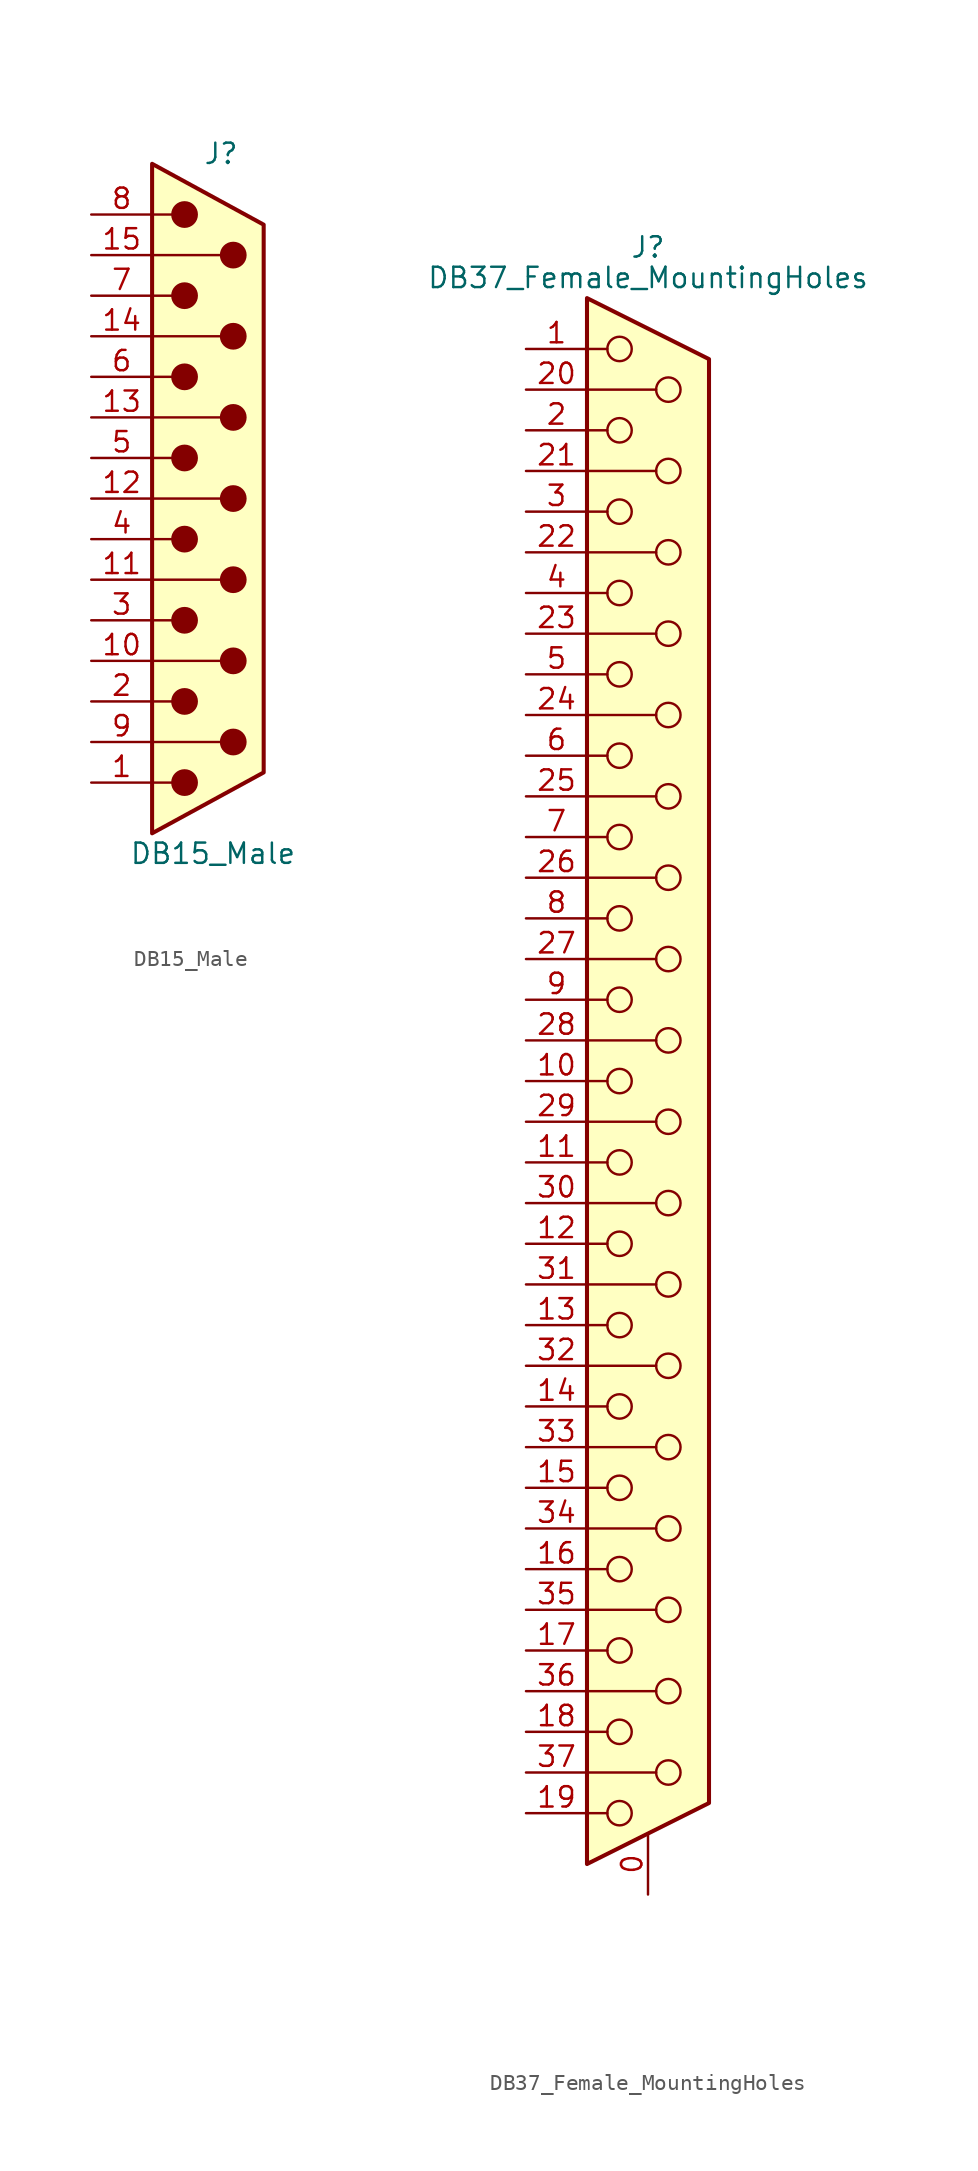
<source format=kicad_sym>
(kicad_symbol_lib
  (version 20201005)
  (generator kicad_symbol_editor)
  (symbol "DB15_Male"
    (pin_names
      (offset 1.016) hide)
    (property "Reference" "J"
      (at 0.508 21.59 0)
      (effects (font (size 1.27 1.27))))
    (property "Value" "DB15_Male"
      (at 0 -22.225 0)
      (effects (font (size 1.27 1.27))))
    (symbol "DB15_Male_0_1"
      (circle (center -1.778 -17.78) (radius 0.762) (stroke (width 0)) (fill (type outline)))
      (circle (center -1.778 -12.7) (radius 0.762) (stroke (width 0)) (fill (type outline)))
      (circle (center -1.778 -7.62) (radius 0.762) (stroke (width 0)) (fill (type outline)))
      (circle (center -1.778 -2.54) (radius 0.762) (stroke (width 0)) (fill (type outline)))
      (circle (center -1.778 2.54) (radius 0.762) (stroke (width 0)) (fill (type outline)))
      (circle (center -1.778 7.62) (radius 0.762) (stroke (width 0)) (fill (type outline)))
      (circle (center -1.778 12.7) (radius 0.762) (stroke (width 0)) (fill (type outline)))
      (circle (center -1.778 17.78) (radius 0.762) (stroke (width 0)) (fill (type outline)))
      (circle (center 1.27 -15.24) (radius 0.762) (stroke (width 0)) (fill (type outline)))
      (circle (center 1.27 -10.16) (radius 0.762) (stroke (width 0)) (fill (type outline)))
      (circle (center 1.27 -5.08) (radius 0.762) (stroke (width 0)) (fill (type outline)))
      (circle (center 1.27 0) (radius 0.762) (stroke (width 0)) (fill (type outline)))
      (circle (center 1.27 5.08) (radius 0.762) (stroke (width 0)) (fill (type outline)))
      (circle (center 1.27 10.16) (radius 0.762) (stroke (width 0)) (fill (type outline)))
      (circle (center 1.27 15.24) (radius 0.762) (stroke (width 0)) (fill (type outline)))
      (polyline (pts (xy -3.81 -17.78) (xy -2.54 -17.78)) (stroke (width 0)) (fill (type none)))
      (polyline (pts (xy -3.81 -15.24) (xy 0.508 -15.24)) (stroke (width 0)) (fill (type none)))
      (polyline (pts (xy -3.81 -12.7) (xy -2.54 -12.7)) (stroke (width 0)) (fill (type none)))
      (polyline (pts (xy -3.81 -10.16) (xy 0.508 -10.16)) (stroke (width 0)) (fill (type none)))
      (polyline (pts (xy -3.81 -7.62) (xy -2.54 -7.62)) (stroke (width 0)) (fill (type none)))
      (polyline (pts (xy -3.81 -5.08) (xy 0.508 -5.08)) (stroke (width 0)) (fill (type none)))
      (polyline (pts (xy -3.81 -2.54) (xy -2.54 -2.54)) (stroke (width 0)) (fill (type none)))
      (polyline (pts (xy -3.81 0) (xy 0.508 0)) (stroke (width 0)) (fill (type none)))
      (polyline (pts (xy -3.81 2.54) (xy -2.54 2.54)) (stroke (width 0)) (fill (type none)))
      (polyline (pts (xy -3.81 5.08) (xy 0.508 5.08)) (stroke (width 0)) (fill (type none)))
      (polyline (pts (xy -3.81 7.62) (xy -2.54 7.62)) (stroke (width 0)) (fill (type none)))
      (polyline (pts (xy -3.81 10.16) (xy 0.508 10.16)) (stroke (width 0)) (fill (type none)))
      (polyline (pts (xy -3.81 12.7) (xy -2.54 12.7)) (stroke (width 0)) (fill (type none)))
      (polyline (pts (xy -3.81 15.24) (xy 0.508 15.24)) (stroke (width 0)) (fill (type none)))
      (polyline (pts (xy -3.81 17.78) (xy -2.54 17.78)) (stroke (width 0)) (fill (type none)))
      (polyline (pts (xy -3.81 -20.955) (xy 3.175 -17.145) (xy 3.175 17.145) (xy -3.81 20.955) (xy -3.81 -20.955)) (stroke (width 0.254)) (fill (type background))))
    (symbol "DB15_Male_1_1"
      (pin passive line (at -7.62 -17.78 0) (length 3.81) (name "1" (effects (font (size 1.27 1.27)))) (number "1" (effects (font (size 1.27 1.27)))))
      (pin passive line (at -7.62 -10.16 0) (length 3.81) (name "P10" (effects (font (size 1.27 1.27)))) (number "10" (effects (font (size 1.27 1.27)))))
      (pin passive line (at -7.62 -5.08 0) (length 3.81) (name "P111" (effects (font (size 1.27 1.27)))) (number "11" (effects (font (size 1.27 1.27)))))
      (pin passive line (at -7.62 0 0) (length 3.81) (name "P12" (effects (font (size 1.27 1.27)))) (number "12" (effects (font (size 1.27 1.27)))))
      (pin passive line (at -7.62 5.08 0) (length 3.81) (name "P13" (effects (font (size 1.27 1.27)))) (number "13" (effects (font (size 1.27 1.27)))))
      (pin passive line (at -7.62 10.16 0) (length 3.81) (name "P14" (effects (font (size 1.27 1.27)))) (number "14" (effects (font (size 1.27 1.27)))))
      (pin passive line (at -7.62 15.24 0) (length 3.81) (name "P15" (effects (font (size 1.27 1.27)))) (number "15" (effects (font (size 1.27 1.27)))))
      (pin passive line (at -7.62 -12.7 0) (length 3.81) (name "2" (effects (font (size 1.27 1.27)))) (number "2" (effects (font (size 1.27 1.27)))))
      (pin passive line (at -7.62 -7.62 0) (length 3.81) (name "3" (effects (font (size 1.27 1.27)))) (number "3" (effects (font (size 1.27 1.27)))))
      (pin passive line (at -7.62 -2.54 0) (length 3.81) (name "4" (effects (font (size 1.27 1.27)))) (number "4" (effects (font (size 1.27 1.27)))))
      (pin passive line (at -7.62 2.54 0) (length 3.81) (name "5" (effects (font (size 1.27 1.27)))) (number "5" (effects (font (size 1.27 1.27)))))
      (pin passive line (at -7.62 7.62 0) (length 3.81) (name "6" (effects (font (size 1.27 1.27)))) (number "6" (effects (font (size 1.27 1.27)))))
      (pin passive line (at -7.62 12.7 0) (length 3.81) (name "7" (effects (font (size 1.27 1.27)))) (number "7" (effects (font (size 1.27 1.27)))))
      (pin passive line (at -7.62 17.78 0) (length 3.81) (name "8" (effects (font (size 1.27 1.27)))) (number "8" (effects (font (size 1.27 1.27)))))
      (pin passive line (at -7.62 -15.24 0) (length 3.81) (name "P9" (effects (font (size 1.27 1.27)))) (number "9" (effects (font (size 1.27 1.27)))))))
  (symbol "DB37_Female_MountingHoles"
    (pin_names
      (offset 1.016) hide)
    (property "Reference" "J"
      (at 0 52.07 0)
      (effects (font (size 1.27 1.27))))
    (property "Value" "DB37_Female_MountingHoles"
      (at 0 50.165 0)
      (effects (font (size 1.27 1.27))))
    (symbol "DB37_Female_MountingHoles_0_1"
      (circle (center -1.778 -45.72) (radius 0.762) (stroke (width 0)) (fill (type none)))
      (circle (center -1.778 -40.64) (radius 0.762) (stroke (width 0)) (fill (type none)))
      (circle (center -1.778 -35.56) (radius 0.762) (stroke (width 0)) (fill (type none)))
      (circle (center -1.778 -30.48) (radius 0.762) (stroke (width 0)) (fill (type none)))
      (circle (center -1.778 -25.4) (radius 0.762) (stroke (width 0)) (fill (type none)))
      (circle (center -1.778 -20.32) (radius 0.762) (stroke (width 0)) (fill (type none)))
      (circle (center -1.778 -15.24) (radius 0.762) (stroke (width 0)) (fill (type none)))
      (circle (center -1.778 -10.16) (radius 0.762) (stroke (width 0)) (fill (type none)))
      (circle (center -1.778 -5.08) (radius 0.762) (stroke (width 0)) (fill (type none)))
      (circle (center -1.778 0) (radius 0.762) (stroke (width 0)) (fill (type none)))
      (circle (center -1.778 5.08) (radius 0.762) (stroke (width 0)) (fill (type none)))
      (circle (center -1.778 10.16) (radius 0.762) (stroke (width 0)) (fill (type none)))
      (circle (center -1.778 15.24) (radius 0.762) (stroke (width 0)) (fill (type none)))
      (circle (center -1.778 20.32) (radius 0.762) (stroke (width 0)) (fill (type none)))
      (circle (center -1.778 25.4) (radius 0.762) (stroke (width 0)) (fill (type none)))
      (circle (center -1.778 30.48) (radius 0.762) (stroke (width 0)) (fill (type none)))
      (circle (center -1.778 35.56) (radius 0.762) (stroke (width 0)) (fill (type none)))
      (circle (center -1.778 40.64) (radius 0.762) (stroke (width 0)) (fill (type none)))
      (circle (center -1.778 45.72) (radius 0.762) (stroke (width 0)) (fill (type none)))
      (circle (center 1.27 -43.18) (radius 0.762) (stroke (width 0)) (fill (type none)))
      (circle (center 1.27 -38.1) (radius 0.762) (stroke (width 0)) (fill (type none)))
      (circle (center 1.27 -33.02) (radius 0.762) (stroke (width 0)) (fill (type none)))
      (circle (center 1.27 -27.94) (radius 0.762) (stroke (width 0)) (fill (type none)))
      (circle (center 1.27 -22.86) (radius 0.762) (stroke (width 0)) (fill (type none)))
      (circle (center 1.27 -17.78) (radius 0.762) (stroke (width 0)) (fill (type none)))
      (circle (center 1.27 -12.7) (radius 0.762) (stroke (width 0)) (fill (type none)))
      (circle (center 1.27 -7.62) (radius 0.762) (stroke (width 0)) (fill (type none)))
      (circle (center 1.27 -2.54) (radius 0.762) (stroke (width 0)) (fill (type none)))
      (circle (center 1.27 2.54) (radius 0.762) (stroke (width 0)) (fill (type none)))
      (circle (center 1.27 7.62) (radius 0.762) (stroke (width 0)) (fill (type none)))
      (circle (center 1.27 12.7) (radius 0.762) (stroke (width 0)) (fill (type none)))
      (circle (center 1.27 17.78) (radius 0.762) (stroke (width 0)) (fill (type none)))
      (circle (center 1.27 22.86) (radius 0.762) (stroke (width 0)) (fill (type none)))
      (circle (center 1.27 27.94) (radius 0.762) (stroke (width 0)) (fill (type none)))
      (circle (center 1.27 33.02) (radius 0.762) (stroke (width 0)) (fill (type none)))
      (circle (center 1.27 38.1) (radius 0.762) (stroke (width 0)) (fill (type none)))
      (circle (center 1.27 43.18) (radius 0.762) (stroke (width 0)) (fill (type none)))
      (polyline (pts (xy -3.81 -45.72) (xy -2.54 -45.72)) (stroke (width 0)) (fill (type none)))
      (polyline (pts (xy -3.81 -43.18) (xy 0.508 -43.18)) (stroke (width 0)) (fill (type none)))
      (polyline (pts (xy -3.81 -40.64) (xy -2.54 -40.64)) (stroke (width 0)) (fill (type none)))
      (polyline (pts (xy -3.81 -38.1) (xy 0.508 -38.1)) (stroke (width 0)) (fill (type none)))
      (polyline (pts (xy -3.81 -35.56) (xy -2.54 -35.56)) (stroke (width 0)) (fill (type none)))
      (polyline (pts (xy -3.81 -33.02) (xy 0.508 -33.02)) (stroke (width 0)) (fill (type none)))
      (polyline (pts (xy -3.81 -30.48) (xy -2.54 -30.48)) (stroke (width 0)) (fill (type none)))
      (polyline (pts (xy -3.81 -27.94) (xy 0.508 -27.94)) (stroke (width 0)) (fill (type none)))
      (polyline (pts (xy -3.81 -25.4) (xy -2.54 -25.4)) (stroke (width 0)) (fill (type none)))
      (polyline (pts (xy -3.81 -22.86) (xy 0.508 -22.86)) (stroke (width 0)) (fill (type none)))
      (polyline (pts (xy -3.81 -20.32) (xy -2.54 -20.32)) (stroke (width 0)) (fill (type none)))
      (polyline (pts (xy -3.81 -17.78) (xy 0.508 -17.78)) (stroke (width 0)) (fill (type none)))
      (polyline (pts (xy -3.81 -15.24) (xy -2.54 -15.24)) (stroke (width 0)) (fill (type none)))
      (polyline (pts (xy -3.81 -12.7) (xy 0.508 -12.7)) (stroke (width 0)) (fill (type none)))
      (polyline (pts (xy -3.81 -10.16) (xy -2.54 -10.16)) (stroke (width 0)) (fill (type none)))
      (polyline (pts (xy -3.81 -7.62) (xy 0.508 -7.62)) (stroke (width 0)) (fill (type none)))
      (polyline (pts (xy -3.81 -5.08) (xy -2.54 -5.08)) (stroke (width 0)) (fill (type none)))
      (polyline (pts (xy -3.81 -2.54) (xy 0.508 -2.54)) (stroke (width 0)) (fill (type none)))
      (polyline (pts (xy -3.81 0) (xy -2.54 0)) (stroke (width 0)) (fill (type none)))
      (polyline (pts (xy -3.81 2.54) (xy 0.508 2.54)) (stroke (width 0)) (fill (type none)))
      (polyline (pts (xy -3.81 5.08) (xy -2.54 5.08)) (stroke (width 0)) (fill (type none)))
      (polyline (pts (xy -3.81 7.62) (xy 0.508 7.62)) (stroke (width 0)) (fill (type none)))
      (polyline (pts (xy -3.81 10.16) (xy -2.54 10.16)) (stroke (width 0)) (fill (type none)))
      (polyline (pts (xy -3.81 12.7) (xy 0.508 12.7)) (stroke (width 0)) (fill (type none)))
      (polyline (pts (xy -3.81 15.24) (xy -2.54 15.24)) (stroke (width 0)) (fill (type none)))
      (polyline (pts (xy -3.81 17.78) (xy 0.508 17.78)) (stroke (width 0)) (fill (type none)))
      (polyline (pts (xy -3.81 20.32) (xy -2.54 20.32)) (stroke (width 0)) (fill (type none)))
      (polyline (pts (xy -3.81 22.86) (xy 0.508 22.86)) (stroke (width 0)) (fill (type none)))
      (polyline (pts (xy -3.81 25.4) (xy -2.54 25.4)) (stroke (width 0)) (fill (type none)))
      (polyline (pts (xy -3.81 27.94) (xy 0.508 27.94)) (stroke (width 0)) (fill (type none)))
      (polyline (pts (xy -3.81 30.48) (xy -2.54 30.48)) (stroke (width 0)) (fill (type none)))
      (polyline (pts (xy -3.81 33.02) (xy 0.508 33.02)) (stroke (width 0)) (fill (type none)))
      (polyline (pts (xy -3.81 35.56) (xy -2.54 35.56)) (stroke (width 0)) (fill (type none)))
      (polyline (pts (xy -3.81 38.1) (xy 0.508 38.1)) (stroke (width 0)) (fill (type none)))
      (polyline (pts (xy -3.81 40.64) (xy -2.54 40.64)) (stroke (width 0)) (fill (type none)))
      (polyline (pts (xy -3.81 43.18) (xy 0.508 43.18)) (stroke (width 0)) (fill (type none)))
      (polyline (pts (xy -3.81 45.72) (xy -2.54 45.72)) (stroke (width 0)) (fill (type none)))
      (polyline (pts (xy -3.81 -48.895) (xy 3.81 -45.085) (xy 3.81 45.085) (xy -3.81 48.895) (xy -3.81 -48.895)) (stroke (width 0.254)) (fill (type background))))
    (symbol "DB37_Female_MountingHoles_1_1"
      (pin passive line (at 0 -50.8 90) (length 3.81) (name "PAD" (effects (font (size 1.27 1.27)))) (number "0" (effects (font (size 1.27 1.27)))))
      (pin passive line (at -7.62 45.72 0) (length 3.81) (name "1" (effects (font (size 1.27 1.27)))) (number "1" (effects (font (size 1.27 1.27)))))
      (pin passive line (at -7.62 0 0) (length 3.81) (name "10" (effects (font (size 1.27 1.27)))) (number "10" (effects (font (size 1.27 1.27)))))
      (pin passive line (at -7.62 -5.08 0) (length 3.81) (name "11" (effects (font (size 1.27 1.27)))) (number "11" (effects (font (size 1.27 1.27)))))
      (pin passive line (at -7.62 -10.16 0) (length 3.81) (name "12" (effects (font (size 1.27 1.27)))) (number "12" (effects (font (size 1.27 1.27)))))
      (pin passive line (at -7.62 -15.24 0) (length 3.81) (name "13" (effects (font (size 1.27 1.27)))) (number "13" (effects (font (size 1.27 1.27)))))
      (pin passive line (at -7.62 -20.32 0) (length 3.81) (name "14" (effects (font (size 1.27 1.27)))) (number "14" (effects (font (size 1.27 1.27)))))
      (pin passive line (at -7.62 -25.4 0) (length 3.81) (name "15" (effects (font (size 1.27 1.27)))) (number "15" (effects (font (size 1.27 1.27)))))
      (pin passive line (at -7.62 -30.48 0) (length 3.81) (name "16" (effects (font (size 1.27 1.27)))) (number "16" (effects (font (size 1.27 1.27)))))
      (pin passive line (at -7.62 -35.56 0) (length 3.81) (name "17" (effects (font (size 1.27 1.27)))) (number "17" (effects (font (size 1.27 1.27)))))
      (pin passive line (at -7.62 -40.64 0) (length 3.81) (name "18" (effects (font (size 1.27 1.27)))) (number "18" (effects (font (size 1.27 1.27)))))
      (pin passive line (at -7.62 -45.72 0) (length 3.81) (name "19" (effects (font (size 1.27 1.27)))) (number "19" (effects (font (size 1.27 1.27)))))
      (pin passive line (at -7.62 40.64 0) (length 3.81) (name "2" (effects (font (size 1.27 1.27)))) (number "2" (effects (font (size 1.27 1.27)))))
      (pin passive line (at -7.62 43.18 0) (length 3.81) (name "20" (effects (font (size 1.27 1.27)))) (number "20" (effects (font (size 1.27 1.27)))))
      (pin passive line (at -7.62 38.1 0) (length 3.81) (name "21" (effects (font (size 1.27 1.27)))) (number "21" (effects (font (size 1.27 1.27)))))
      (pin passive line (at -7.62 33.02 0) (length 3.81) (name "22" (effects (font (size 1.27 1.27)))) (number "22" (effects (font (size 1.27 1.27)))))
      (pin passive line (at -7.62 27.94 0) (length 3.81) (name "23" (effects (font (size 1.27 1.27)))) (number "23" (effects (font (size 1.27 1.27)))))
      (pin passive line (at -7.62 22.86 0) (length 3.81) (name "24" (effects (font (size 1.27 1.27)))) (number "24" (effects (font (size 1.27 1.27)))))
      (pin passive line (at -7.62 17.78 0) (length 3.81) (name "25" (effects (font (size 1.27 1.27)))) (number "25" (effects (font (size 1.27 1.27)))))
      (pin passive line (at -7.62 12.7 0) (length 3.81) (name "26" (effects (font (size 1.27 1.27)))) (number "26" (effects (font (size 1.27 1.27)))))
      (pin passive line (at -7.62 7.62 0) (length 3.81) (name "27" (effects (font (size 1.27 1.27)))) (number "27" (effects (font (size 1.27 1.27)))))
      (pin passive line (at -7.62 2.54 0) (length 3.81) (name "28" (effects (font (size 1.27 1.27)))) (number "28" (effects (font (size 1.27 1.27)))))
      (pin passive line (at -7.62 -2.54 0) (length 3.81) (name "29" (effects (font (size 1.27 1.27)))) (number "29" (effects (font (size 1.27 1.27)))))
      (pin passive line (at -7.62 35.56 0) (length 3.81) (name "3" (effects (font (size 1.27 1.27)))) (number "3" (effects (font (size 1.27 1.27)))))
      (pin passive line (at -7.62 -7.62 0) (length 3.81) (name "30" (effects (font (size 1.27 1.27)))) (number "30" (effects (font (size 1.27 1.27)))))
      (pin passive line (at -7.62 -12.7 0) (length 3.81) (name "31" (effects (font (size 1.27 1.27)))) (number "31" (effects (font (size 1.27 1.27)))))
      (pin passive line (at -7.62 -17.78 0) (length 3.81) (name "32" (effects (font (size 1.27 1.27)))) (number "32" (effects (font (size 1.27 1.27)))))
      (pin passive line (at -7.62 -22.86 0) (length 3.81) (name "33" (effects (font (size 1.27 1.27)))) (number "33" (effects (font (size 1.27 1.27)))))
      (pin passive line (at -7.62 -27.94 0) (length 3.81) (name "34" (effects (font (size 1.27 1.27)))) (number "34" (effects (font (size 1.27 1.27)))))
      (pin passive line (at -7.62 -33.02 0) (length 3.81) (name "35" (effects (font (size 1.27 1.27)))) (number "35" (effects (font (size 1.27 1.27)))))
      (pin passive line (at -7.62 -38.1 0) (length 3.81) (name "36" (effects (font (size 1.27 1.27)))) (number "36" (effects (font (size 1.27 1.27)))))
      (pin passive line (at -7.62 -43.18 0) (length 3.81) (name "37" (effects (font (size 1.27 1.27)))) (number "37" (effects (font (size 1.27 1.27)))))
      (pin passive line (at -7.62 30.48 0) (length 3.81) (name "4" (effects (font (size 1.27 1.27)))) (number "4" (effects (font (size 1.27 1.27)))))
      (pin passive line (at -7.62 25.4 0) (length 3.81) (name "5" (effects (font (size 1.27 1.27)))) (number "5" (effects (font (size 1.27 1.27)))))
      (pin passive line (at -7.62 20.32 0) (length 3.81) (name "6" (effects (font (size 1.27 1.27)))) (number "6" (effects (font (size 1.27 1.27)))))
      (pin passive line (at -7.62 15.24 0) (length 3.81) (name "7" (effects (font (size 1.27 1.27)))) (number "7" (effects (font (size 1.27 1.27)))))
      (pin passive line (at -7.62 10.16 0) (length 3.81) (name "8" (effects (font (size 1.27 1.27)))) (number "8" (effects (font (size 1.27 1.27)))))
      (pin passive line (at -7.62 5.08 0) (length 3.81) (name "9" (effects (font (size 1.27 1.27)))) (number "9" (effects (font (size 1.27 1.27))))))))
</source>
